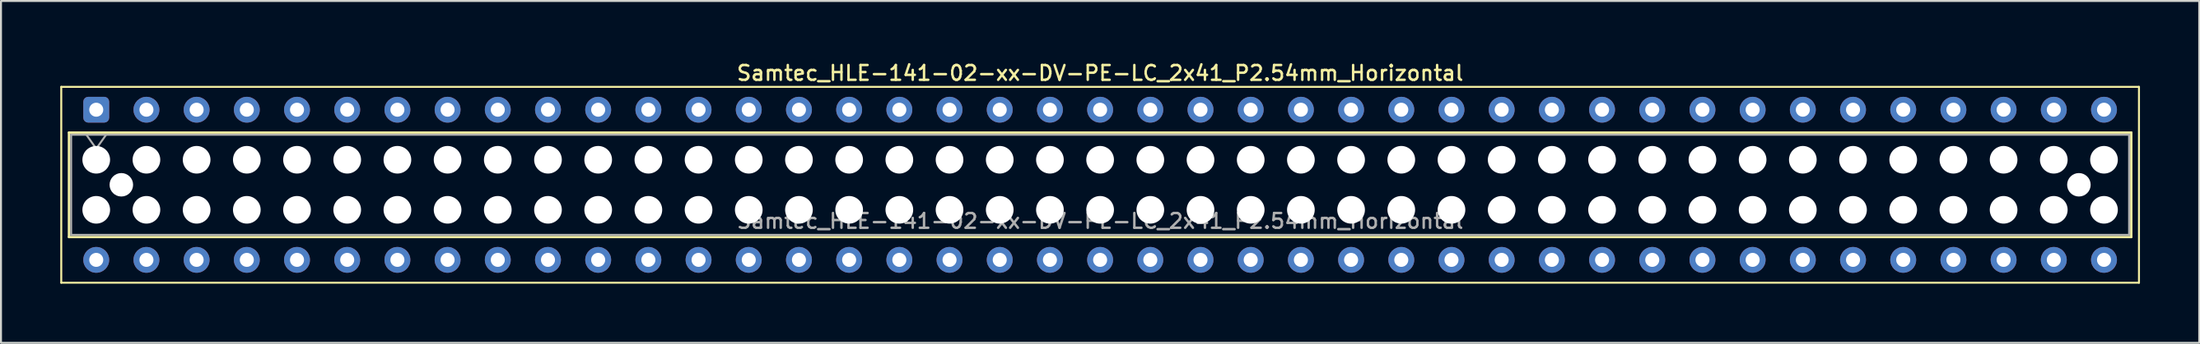
<source format=kicad_pcb>
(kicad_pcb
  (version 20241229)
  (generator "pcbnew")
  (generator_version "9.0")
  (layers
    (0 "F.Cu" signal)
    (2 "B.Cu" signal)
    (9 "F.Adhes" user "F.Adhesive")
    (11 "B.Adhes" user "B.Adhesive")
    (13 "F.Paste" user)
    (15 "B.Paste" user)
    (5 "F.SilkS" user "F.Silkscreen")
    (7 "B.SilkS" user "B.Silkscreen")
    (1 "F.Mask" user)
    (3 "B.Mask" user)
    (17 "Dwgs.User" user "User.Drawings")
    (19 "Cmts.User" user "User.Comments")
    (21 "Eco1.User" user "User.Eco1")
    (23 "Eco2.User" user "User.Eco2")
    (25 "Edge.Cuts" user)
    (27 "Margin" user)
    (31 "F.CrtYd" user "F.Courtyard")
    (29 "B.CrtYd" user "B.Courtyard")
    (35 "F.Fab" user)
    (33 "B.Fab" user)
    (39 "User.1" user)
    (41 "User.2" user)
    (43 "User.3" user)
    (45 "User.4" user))
  (footprint "Samtec_HLE-141-02-xx-DV-PE-LC_2x41_P2.54mm_Horizontal"
    (layer "F.Cu")
    (at 1.82 2.518)
    (property "Reference" "Samtec_HLE-141-02-xx-DV-PE-LC_2x41_P2.54mm_Horizontal" (at 50.8 -1.86 0) (layer "F.SilkS") (effects (font (size 0.75 0.75) (thickness 0.125))))
    (attr through_hole)
    (fp_line (start -1.77 -1.16) (end 103.37 -1.16) (stroke (width 0.1) (type solid)) (layer "F.SilkS"))
    (fp_line (start -1.77 8.78) (end -1.77 -1.16) (stroke (width 0.1) (type solid)) (layer "F.SilkS"))
    (fp_line (start -1.38 1.16) (end 102.98 1.16) (stroke (width 0.12) (type solid)) (layer "F.SilkS"))
    (fp_line (start -1.38 6.46) (end -1.38 1.16) (stroke (width 0.12) (type solid)) (layer "F.SilkS"))
    (fp_line (start 102.98 1.16) (end 102.98 6.46) (stroke (width 0.12) (type solid)) (layer "F.SilkS"))
    (fp_line (start 102.98 6.46) (end -1.38 6.46) (stroke (width 0.12) (type solid)) (layer "F.SilkS"))
    (fp_line (start 103.37 -1.16) (end 103.37 8.78) (stroke (width 0.1) (type solid)) (layer "F.SilkS"))
    (fp_line (start 103.37 8.78) (end -1.77 8.78) (stroke (width 0.1) (type solid)) (layer "F.SilkS"))
    (fp_line (start -1.27 1.27) (end 102.87 1.27) (stroke (width 0.1) (type solid)) (layer "F.Fab"))
    (fp_line (start -1.27 6.35) (end -1.27 1.27) (stroke (width 0.1) (type solid)) (layer "F.Fab"))
    (fp_line (start -0.5 1.27) (end 0 1.977) (stroke (width 0.1) (type solid)) (layer "F.Fab"))
    (fp_line (start 0 1.977) (end 0.5 1.27) (stroke (width 0.1) (type solid)) (layer "F.Fab"))
    (fp_line (start 102.87 1.27) (end 102.87 6.35) (stroke (width 0.1) (type solid)) (layer "F.Fab"))
    (fp_line (start 102.87 6.35) (end -1.27 6.35) (stroke (width 0.1) (type solid)) (layer "F.Fab"))
    (fp_text user "${REFERENCE}" (at 50.8 5.65 0) (layer "F.Fab") (effects (font (size 0.75 0.75) (thickness 0.125))))
    (pad "" np_thru_hole circle (at 0 2.54) (size 1.4 1.4) (drill 1.4) (layers "*.Cu" "*.Mask"))
    (pad "" np_thru_hole circle (at 0 5.08) (size 1.4 1.4) (drill 1.4) (layers "*.Cu" "*.Mask"))
    (pad "" np_thru_hole circle (at 1.27 3.81) (size 1.19 1.19) (drill 1.19) (layers "*.Cu" "*.Mask"))
    (pad "" np_thru_hole circle (at 2.54 2.54) (size 1.4 1.4) (drill 1.4) (layers "*.Cu" "*.Mask"))
    (pad "" np_thru_hole circle (at 2.54 5.08) (size 1.4 1.4) (drill 1.4) (layers "*.Cu" "*.Mask"))
    (pad "" np_thru_hole circle (at 5.08 2.54) (size 1.4 1.4) (drill 1.4) (layers "*.Cu" "*.Mask"))
    (pad "" np_thru_hole circle (at 5.08 5.08) (size 1.4 1.4) (drill 1.4) (layers "*.Cu" "*.Mask"))
    (pad "" np_thru_hole circle (at 7.62 2.54) (size 1.4 1.4) (drill 1.4) (layers "*.Cu" "*.Mask"))
    (pad "" np_thru_hole circle (at 7.62 5.08) (size 1.4 1.4) (drill 1.4) (layers "*.Cu" "*.Mask"))
    (pad "" np_thru_hole circle (at 10.16 2.54) (size 1.4 1.4) (drill 1.4) (layers "*.Cu" "*.Mask"))
    (pad "" np_thru_hole circle (at 10.16 5.08) (size 1.4 1.4) (drill 1.4) (layers "*.Cu" "*.Mask"))
    (pad "" np_thru_hole circle (at 12.7 2.54) (size 1.4 1.4) (drill 1.4) (layers "*.Cu" "*.Mask"))
    (pad "" np_thru_hole circle (at 12.7 5.08) (size 1.4 1.4) (drill 1.4) (layers "*.Cu" "*.Mask"))
    (pad "" np_thru_hole circle (at 15.24 2.54) (size 1.4 1.4) (drill 1.4) (layers "*.Cu" "*.Mask"))
    (pad "" np_thru_hole circle (at 15.24 5.08) (size 1.4 1.4) (drill 1.4) (layers "*.Cu" "*.Mask"))
    (pad "" np_thru_hole circle (at 17.78 2.54) (size 1.4 1.4) (drill 1.4) (layers "*.Cu" "*.Mask"))
    (pad "" np_thru_hole circle (at 17.78 5.08) (size 1.4 1.4) (drill 1.4) (layers "*.Cu" "*.Mask"))
    (pad "" np_thru_hole circle (at 20.32 2.54) (size 1.4 1.4) (drill 1.4) (layers "*.Cu" "*.Mask"))
    (pad "" np_thru_hole circle (at 20.32 5.08) (size 1.4 1.4) (drill 1.4) (layers "*.Cu" "*.Mask"))
    (pad "" np_thru_hole circle (at 22.86 2.54) (size 1.4 1.4) (drill 1.4) (layers "*.Cu" "*.Mask"))
    (pad "" np_thru_hole circle (at 22.86 5.08) (size 1.4 1.4) (drill 1.4) (layers "*.Cu" "*.Mask"))
    (pad "" np_thru_hole circle (at 25.4 2.54) (size 1.4 1.4) (drill 1.4) (layers "*.Cu" "*.Mask"))
    (pad "" np_thru_hole circle (at 25.4 5.08) (size 1.4 1.4) (drill 1.4) (layers "*.Cu" "*.Mask"))
    (pad "" np_thru_hole circle (at 27.94 2.54) (size 1.4 1.4) (drill 1.4) (layers "*.Cu" "*.Mask"))
    (pad "" np_thru_hole circle (at 27.94 5.08) (size 1.4 1.4) (drill 1.4) (layers "*.Cu" "*.Mask"))
    (pad "" np_thru_hole circle (at 30.48 2.54) (size 1.4 1.4) (drill 1.4) (layers "*.Cu" "*.Mask"))
    (pad "" np_thru_hole circle (at 30.48 5.08) (size 1.4 1.4) (drill 1.4) (layers "*.Cu" "*.Mask"))
    (pad "" np_thru_hole circle (at 33.02 2.54) (size 1.4 1.4) (drill 1.4) (layers "*.Cu" "*.Mask"))
    (pad "" np_thru_hole circle (at 33.02 5.08) (size 1.4 1.4) (drill 1.4) (layers "*.Cu" "*.Mask"))
    (pad "" np_thru_hole circle (at 35.56 2.54) (size 1.4 1.4) (drill 1.4) (layers "*.Cu" "*.Mask"))
    (pad "" np_thru_hole circle (at 35.56 5.08) (size 1.4 1.4) (drill 1.4) (layers "*.Cu" "*.Mask"))
    (pad "" np_thru_hole circle (at 38.1 2.54) (size 1.4 1.4) (drill 1.4) (layers "*.Cu" "*.Mask"))
    (pad "" np_thru_hole circle (at 38.1 5.08) (size 1.4 1.4) (drill 1.4) (layers "*.Cu" "*.Mask"))
    (pad "" np_thru_hole circle (at 40.64 2.54) (size 1.4 1.4) (drill 1.4) (layers "*.Cu" "*.Mask"))
    (pad "" np_thru_hole circle (at 40.64 5.08) (size 1.4 1.4) (drill 1.4) (layers "*.Cu" "*.Mask"))
    (pad "" np_thru_hole circle (at 43.18 2.54) (size 1.4 1.4) (drill 1.4) (layers "*.Cu" "*.Mask"))
    (pad "" np_thru_hole circle (at 43.18 5.08) (size 1.4 1.4) (drill 1.4) (layers "*.Cu" "*.Mask"))
    (pad "" np_thru_hole circle (at 45.72 2.54) (size 1.4 1.4) (drill 1.4) (layers "*.Cu" "*.Mask"))
    (pad "" np_thru_hole circle (at 45.72 5.08) (size 1.4 1.4) (drill 1.4) (layers "*.Cu" "*.Mask"))
    (pad "" np_thru_hole circle (at 48.26 2.54) (size 1.4 1.4) (drill 1.4) (layers "*.Cu" "*.Mask"))
    (pad "" np_thru_hole circle (at 48.26 5.08) (size 1.4 1.4) (drill 1.4) (layers "*.Cu" "*.Mask"))
    (pad "" np_thru_hole circle (at 50.8 2.54) (size 1.4 1.4) (drill 1.4) (layers "*.Cu" "*.Mask"))
    (pad "" np_thru_hole circle (at 50.8 5.08) (size 1.4 1.4) (drill 1.4) (layers "*.Cu" "*.Mask"))
    (pad "" np_thru_hole circle (at 53.34 2.54) (size 1.4 1.4) (drill 1.4) (layers "*.Cu" "*.Mask"))
    (pad "" np_thru_hole circle (at 53.34 5.08) (size 1.4 1.4) (drill 1.4) (layers "*.Cu" "*.Mask"))
    (pad "" np_thru_hole circle (at 55.88 2.54) (size 1.4 1.4) (drill 1.4) (layers "*.Cu" "*.Mask"))
    (pad "" np_thru_hole circle (at 55.88 5.08) (size 1.4 1.4) (drill 1.4) (layers "*.Cu" "*.Mask"))
    (pad "" np_thru_hole circle (at 58.42 2.54) (size 1.4 1.4) (drill 1.4) (layers "*.Cu" "*.Mask"))
    (pad "" np_thru_hole circle (at 58.42 5.08) (size 1.4 1.4) (drill 1.4) (layers "*.Cu" "*.Mask"))
    (pad "" np_thru_hole circle (at 60.96 2.54) (size 1.4 1.4) (drill 1.4) (layers "*.Cu" "*.Mask"))
    (pad "" np_thru_hole circle (at 60.96 5.08) (size 1.4 1.4) (drill 1.4) (layers "*.Cu" "*.Mask"))
    (pad "" np_thru_hole circle (at 63.5 2.54) (size 1.4 1.4) (drill 1.4) (layers "*.Cu" "*.Mask"))
    (pad "" np_thru_hole circle (at 63.5 5.08) (size 1.4 1.4) (drill 1.4) (layers "*.Cu" "*.Mask"))
    (pad "" np_thru_hole circle (at 66.04 2.54) (size 1.4 1.4) (drill 1.4) (layers "*.Cu" "*.Mask"))
    (pad "" np_thru_hole circle (at 66.04 5.08) (size 1.4 1.4) (drill 1.4) (layers "*.Cu" "*.Mask"))
    (pad "" np_thru_hole circle (at 68.58 2.54) (size 1.4 1.4) (drill 1.4) (layers "*.Cu" "*.Mask"))
    (pad "" np_thru_hole circle (at 68.58 5.08) (size 1.4 1.4) (drill 1.4) (layers "*.Cu" "*.Mask"))
    (pad "" np_thru_hole circle (at 71.12 2.54) (size 1.4 1.4) (drill 1.4) (layers "*.Cu" "*.Mask"))
    (pad "" np_thru_hole circle (at 71.12 5.08) (size 1.4 1.4) (drill 1.4) (layers "*.Cu" "*.Mask"))
    (pad "" np_thru_hole circle (at 73.66 2.54) (size 1.4 1.4) (drill 1.4) (layers "*.Cu" "*.Mask"))
    (pad "" np_thru_hole circle (at 73.66 5.08) (size 1.4 1.4) (drill 1.4) (layers "*.Cu" "*.Mask"))
    (pad "" np_thru_hole circle (at 76.2 2.54) (size 1.4 1.4) (drill 1.4) (layers "*.Cu" "*.Mask"))
    (pad "" np_thru_hole circle (at 76.2 5.08) (size 1.4 1.4) (drill 1.4) (layers "*.Cu" "*.Mask"))
    (pad "" np_thru_hole circle (at 78.74 2.54) (size 1.4 1.4) (drill 1.4) (layers "*.Cu" "*.Mask"))
    (pad "" np_thru_hole circle (at 78.74 5.08) (size 1.4 1.4) (drill 1.4) (layers "*.Cu" "*.Mask"))
    (pad "" np_thru_hole circle (at 81.28 2.54) (size 1.4 1.4) (drill 1.4) (layers "*.Cu" "*.Mask"))
    (pad "" np_thru_hole circle (at 81.28 5.08) (size 1.4 1.4) (drill 1.4) (layers "*.Cu" "*.Mask"))
    (pad "" np_thru_hole circle (at 83.82 2.54) (size 1.4 1.4) (drill 1.4) (layers "*.Cu" "*.Mask"))
    (pad "" np_thru_hole circle (at 83.82 5.08) (size 1.4 1.4) (drill 1.4) (layers "*.Cu" "*.Mask"))
    (pad "" np_thru_hole circle (at 86.36 2.54) (size 1.4 1.4) (drill 1.4) (layers "*.Cu" "*.Mask"))
    (pad "" np_thru_hole circle (at 86.36 5.08) (size 1.4 1.4) (drill 1.4) (layers "*.Cu" "*.Mask"))
    (pad "" np_thru_hole circle (at 88.9 2.54) (size 1.4 1.4) (drill 1.4) (layers "*.Cu" "*.Mask"))
    (pad "" np_thru_hole circle (at 88.9 5.08) (size 1.4 1.4) (drill 1.4) (layers "*.Cu" "*.Mask"))
    (pad "" np_thru_hole circle (at 91.44 2.54) (size 1.4 1.4) (drill 1.4) (layers "*.Cu" "*.Mask"))
    (pad "" np_thru_hole circle (at 91.44 5.08) (size 1.4 1.4) (drill 1.4) (layers "*.Cu" "*.Mask"))
    (pad "" np_thru_hole circle (at 93.98 2.54) (size 1.4 1.4) (drill 1.4) (layers "*.Cu" "*.Mask"))
    (pad "" np_thru_hole circle (at 93.98 5.08) (size 1.4 1.4) (drill 1.4) (layers "*.Cu" "*.Mask"))
    (pad "" np_thru_hole circle (at 96.52 2.54) (size 1.4 1.4) (drill 1.4) (layers "*.Cu" "*.Mask"))
    (pad "" np_thru_hole circle (at 96.52 5.08) (size 1.4 1.4) (drill 1.4) (layers "*.Cu" "*.Mask"))
    (pad "" np_thru_hole circle (at 99.06 2.54) (size 1.4 1.4) (drill 1.4) (layers "*.Cu" "*.Mask"))
    (pad "" np_thru_hole circle (at 99.06 5.08) (size 1.4 1.4) (drill 1.4) (layers "*.Cu" "*.Mask"))
    (pad "" np_thru_hole circle (at 100.33 3.81) (size 1.19 1.19) (drill 1.19) (layers "*.Cu" "*.Mask"))
    (pad "" np_thru_hole circle (at 101.6 2.54) (size 1.4 1.4) (drill 1.4) (layers "*.Cu" "*.Mask"))
    (pad "" np_thru_hole circle (at 101.6 5.08) (size 1.4 1.4) (drill 1.4) (layers "*.Cu" "*.Mask"))
    (pad "1" thru_hole roundrect (at 0 0) (size 1.31 1.31) (drill 0.71) (layers "*.Cu" "*.Mask") (roundrect_rratio 0.191))
    (pad "2" thru_hole circle (at 0 7.62) (size 1.31 1.31) (drill 0.71) (layers "*.Cu" "*.Mask"))
    (pad "3" thru_hole circle (at 2.54 0) (size 1.31 1.31) (drill 0.71) (layers "*.Cu" "*.Mask"))
    (pad "4" thru_hole circle (at 2.54 7.62) (size 1.31 1.31) (drill 0.71) (layers "*.Cu" "*.Mask"))
    (pad "5" thru_hole circle (at 5.08 0) (size 1.31 1.31) (drill 0.71) (layers "*.Cu" "*.Mask"))
    (pad "6" thru_hole circle (at 5.08 7.62) (size 1.31 1.31) (drill 0.71) (layers "*.Cu" "*.Mask"))
    (pad "7" thru_hole circle (at 7.62 0) (size 1.31 1.31) (drill 0.71) (layers "*.Cu" "*.Mask"))
    (pad "8" thru_hole circle (at 7.62 7.62) (size 1.31 1.31) (drill 0.71) (layers "*.Cu" "*.Mask"))
    (pad "9" thru_hole circle (at 10.16 0) (size 1.31 1.31) (drill 0.71) (layers "*.Cu" "*.Mask"))
    (pad "10" thru_hole circle (at 10.16 7.62) (size 1.31 1.31) (drill 0.71) (layers "*.Cu" "*.Mask"))
    (pad "11" thru_hole circle (at 12.7 0) (size 1.31 1.31) (drill 0.71) (layers "*.Cu" "*.Mask"))
    (pad "12" thru_hole circle (at 12.7 7.62) (size 1.31 1.31) (drill 0.71) (layers "*.Cu" "*.Mask"))
    (pad "13" thru_hole circle (at 15.24 0) (size 1.31 1.31) (drill 0.71) (layers "*.Cu" "*.Mask"))
    (pad "14" thru_hole circle (at 15.24 7.62) (size 1.31 1.31) (drill 0.71) (layers "*.Cu" "*.Mask"))
    (pad "15" thru_hole circle (at 17.78 0) (size 1.31 1.31) (drill 0.71) (layers "*.Cu" "*.Mask"))
    (pad "16" thru_hole circle (at 17.78 7.62) (size 1.31 1.31) (drill 0.71) (layers "*.Cu" "*.Mask"))
    (pad "17" thru_hole circle (at 20.32 0) (size 1.31 1.31) (drill 0.71) (layers "*.Cu" "*.Mask"))
    (pad "18" thru_hole circle (at 20.32 7.62) (size 1.31 1.31) (drill 0.71) (layers "*.Cu" "*.Mask"))
    (pad "19" thru_hole circle (at 22.86 0) (size 1.31 1.31) (drill 0.71) (layers "*.Cu" "*.Mask"))
    (pad "20" thru_hole circle (at 22.86 7.62) (size 1.31 1.31) (drill 0.71) (layers "*.Cu" "*.Mask"))
    (pad "21" thru_hole circle (at 25.4 0) (size 1.31 1.31) (drill 0.71) (layers "*.Cu" "*.Mask"))
    (pad "22" thru_hole circle (at 25.4 7.62) (size 1.31 1.31) (drill 0.71) (layers "*.Cu" "*.Mask"))
    (pad "23" thru_hole circle (at 27.94 0) (size 1.31 1.31) (drill 0.71) (layers "*.Cu" "*.Mask"))
    (pad "24" thru_hole circle (at 27.94 7.62) (size 1.31 1.31) (drill 0.71) (layers "*.Cu" "*.Mask"))
    (pad "25" thru_hole circle (at 30.48 0) (size 1.31 1.31) (drill 0.71) (layers "*.Cu" "*.Mask"))
    (pad "26" thru_hole circle (at 30.48 7.62) (size 1.31 1.31) (drill 0.71) (layers "*.Cu" "*.Mask"))
    (pad "27" thru_hole circle (at 33.02 0) (size 1.31 1.31) (drill 0.71) (layers "*.Cu" "*.Mask"))
    (pad "28" thru_hole circle (at 33.02 7.62) (size 1.31 1.31) (drill 0.71) (layers "*.Cu" "*.Mask"))
    (pad "29" thru_hole circle (at 35.56 0) (size 1.31 1.31) (drill 0.71) (layers "*.Cu" "*.Mask"))
    (pad "30" thru_hole circle (at 35.56 7.62) (size 1.31 1.31) (drill 0.71) (layers "*.Cu" "*.Mask"))
    (pad "31" thru_hole circle (at 38.1 0) (size 1.31 1.31) (drill 0.71) (layers "*.Cu" "*.Mask"))
    (pad "32" thru_hole circle (at 38.1 7.62) (size 1.31 1.31) (drill 0.71) (layers "*.Cu" "*.Mask"))
    (pad "33" thru_hole circle (at 40.64 0) (size 1.31 1.31) (drill 0.71) (layers "*.Cu" "*.Mask"))
    (pad "34" thru_hole circle (at 40.64 7.62) (size 1.31 1.31) (drill 0.71) (layers "*.Cu" "*.Mask"))
    (pad "35" thru_hole circle (at 43.18 0) (size 1.31 1.31) (drill 0.71) (layers "*.Cu" "*.Mask"))
    (pad "36" thru_hole circle (at 43.18 7.62) (size 1.31 1.31) (drill 0.71) (layers "*.Cu" "*.Mask"))
    (pad "37" thru_hole circle (at 45.72 0) (size 1.31 1.31) (drill 0.71) (layers "*.Cu" "*.Mask"))
    (pad "38" thru_hole circle (at 45.72 7.62) (size 1.31 1.31) (drill 0.71) (layers "*.Cu" "*.Mask"))
    (pad "39" thru_hole circle (at 48.26 0) (size 1.31 1.31) (drill 0.71) (layers "*.Cu" "*.Mask"))
    (pad "40" thru_hole circle (at 48.26 7.62) (size 1.31 1.31) (drill 0.71) (layers "*.Cu" "*.Mask"))
    (pad "41" thru_hole circle (at 50.8 0) (size 1.31 1.31) (drill 0.71) (layers "*.Cu" "*.Mask"))
    (pad "42" thru_hole circle (at 50.8 7.62) (size 1.31 1.31) (drill 0.71) (layers "*.Cu" "*.Mask"))
    (pad "43" thru_hole circle (at 53.34 0) (size 1.31 1.31) (drill 0.71) (layers "*.Cu" "*.Mask"))
    (pad "44" thru_hole circle (at 53.34 7.62) (size 1.31 1.31) (drill 0.71) (layers "*.Cu" "*.Mask"))
    (pad "45" thru_hole circle (at 55.88 0) (size 1.31 1.31) (drill 0.71) (layers "*.Cu" "*.Mask"))
    (pad "46" thru_hole circle (at 55.88 7.62) (size 1.31 1.31) (drill 0.71) (layers "*.Cu" "*.Mask"))
    (pad "47" thru_hole circle (at 58.42 0) (size 1.31 1.31) (drill 0.71) (layers "*.Cu" "*.Mask"))
    (pad "48" thru_hole circle (at 58.42 7.62) (size 1.31 1.31) (drill 0.71) (layers "*.Cu" "*.Mask"))
    (pad "49" thru_hole circle (at 60.96 0) (size 1.31 1.31) (drill 0.71) (layers "*.Cu" "*.Mask"))
    (pad "50" thru_hole circle (at 60.96 7.62) (size 1.31 1.31) (drill 0.71) (layers "*.Cu" "*.Mask"))
    (pad "51" thru_hole circle (at 63.5 0) (size 1.31 1.31) (drill 0.71) (layers "*.Cu" "*.Mask"))
    (pad "52" thru_hole circle (at 63.5 7.62) (size 1.31 1.31) (drill 0.71) (layers "*.Cu" "*.Mask"))
    (pad "53" thru_hole circle (at 66.04 0) (size 1.31 1.31) (drill 0.71) (layers "*.Cu" "*.Mask"))
    (pad "54" thru_hole circle (at 66.04 7.62) (size 1.31 1.31) (drill 0.71) (layers "*.Cu" "*.Mask"))
    (pad "55" thru_hole circle (at 68.58 0) (size 1.31 1.31) (drill 0.71) (layers "*.Cu" "*.Mask"))
    (pad "56" thru_hole circle (at 68.58 7.62) (size 1.31 1.31) (drill 0.71) (layers "*.Cu" "*.Mask"))
    (pad "57" thru_hole circle (at 71.12 0) (size 1.31 1.31) (drill 0.71) (layers "*.Cu" "*.Mask"))
    (pad "58" thru_hole circle (at 71.12 7.62) (size 1.31 1.31) (drill 0.71) (layers "*.Cu" "*.Mask"))
    (pad "59" thru_hole circle (at 73.66 0) (size 1.31 1.31) (drill 0.71) (layers "*.Cu" "*.Mask"))
    (pad "60" thru_hole circle (at 73.66 7.62) (size 1.31 1.31) (drill 0.71) (layers "*.Cu" "*.Mask"))
    (pad "61" thru_hole circle (at 76.2 0) (size 1.31 1.31) (drill 0.71) (layers "*.Cu" "*.Mask"))
    (pad "62" thru_hole circle (at 76.2 7.62) (size 1.31 1.31) (drill 0.71) (layers "*.Cu" "*.Mask"))
    (pad "63" thru_hole circle (at 78.74 0) (size 1.31 1.31) (drill 0.71) (layers "*.Cu" "*.Mask"))
    (pad "64" thru_hole circle (at 78.74 7.62) (size 1.31 1.31) (drill 0.71) (layers "*.Cu" "*.Mask"))
    (pad "65" thru_hole circle (at 81.28 0) (size 1.31 1.31) (drill 0.71) (layers "*.Cu" "*.Mask"))
    (pad "66" thru_hole circle (at 81.28 7.62) (size 1.31 1.31) (drill 0.71) (layers "*.Cu" "*.Mask"))
    (pad "67" thru_hole circle (at 83.82 0) (size 1.31 1.31) (drill 0.71) (layers "*.Cu" "*.Mask"))
    (pad "68" thru_hole circle (at 83.82 7.62) (size 1.31 1.31) (drill 0.71) (layers "*.Cu" "*.Mask"))
    (pad "69" thru_hole circle (at 86.36 0) (size 1.31 1.31) (drill 0.71) (layers "*.Cu" "*.Mask"))
    (pad "70" thru_hole circle (at 86.36 7.62) (size 1.31 1.31) (drill 0.71) (layers "*.Cu" "*.Mask"))
    (pad "71" thru_hole circle (at 88.9 0) (size 1.31 1.31) (drill 0.71) (layers "*.Cu" "*.Mask"))
    (pad "72" thru_hole circle (at 88.9 7.62) (size 1.31 1.31) (drill 0.71) (layers "*.Cu" "*.Mask"))
    (pad "73" thru_hole circle (at 91.44 0) (size 1.31 1.31) (drill 0.71) (layers "*.Cu" "*.Mask"))
    (pad "74" thru_hole circle (at 91.44 7.62) (size 1.31 1.31) (drill 0.71) (layers "*.Cu" "*.Mask"))
    (pad "75" thru_hole circle (at 93.98 0) (size 1.31 1.31) (drill 0.71) (layers "*.Cu" "*.Mask"))
    (pad "76" thru_hole circle (at 93.98 7.62) (size 1.31 1.31) (drill 0.71) (layers "*.Cu" "*.Mask"))
    (pad "77" thru_hole circle (at 96.52 0) (size 1.31 1.31) (drill 0.71) (layers "*.Cu" "*.Mask"))
    (pad "78" thru_hole circle (at 96.52 7.62) (size 1.31 1.31) (drill 0.71) (layers "*.Cu" "*.Mask"))
    (pad "79" thru_hole circle (at 99.06 0) (size 1.31 1.31) (drill 0.71) (layers "*.Cu" "*.Mask"))
    (pad "80" thru_hole circle (at 99.06 7.62) (size 1.31 1.31) (drill 0.71) (layers "*.Cu" "*.Mask"))
    (pad "81" thru_hole circle (at 101.6 0) (size 1.31 1.31) (drill 0.71) (layers "*.Cu" "*.Mask"))
    (pad "82" thru_hole circle (at 101.6 7.62) (size 1.31 1.31) (drill 0.71) (layers "*.Cu" "*.Mask")))
  (gr_rect
    (start -3 -3)
    (end 108.24 14.348)
    (stroke (width 0.1) (type default))
    (fill no)
    (layer "Edge.Cuts")))
</source>
